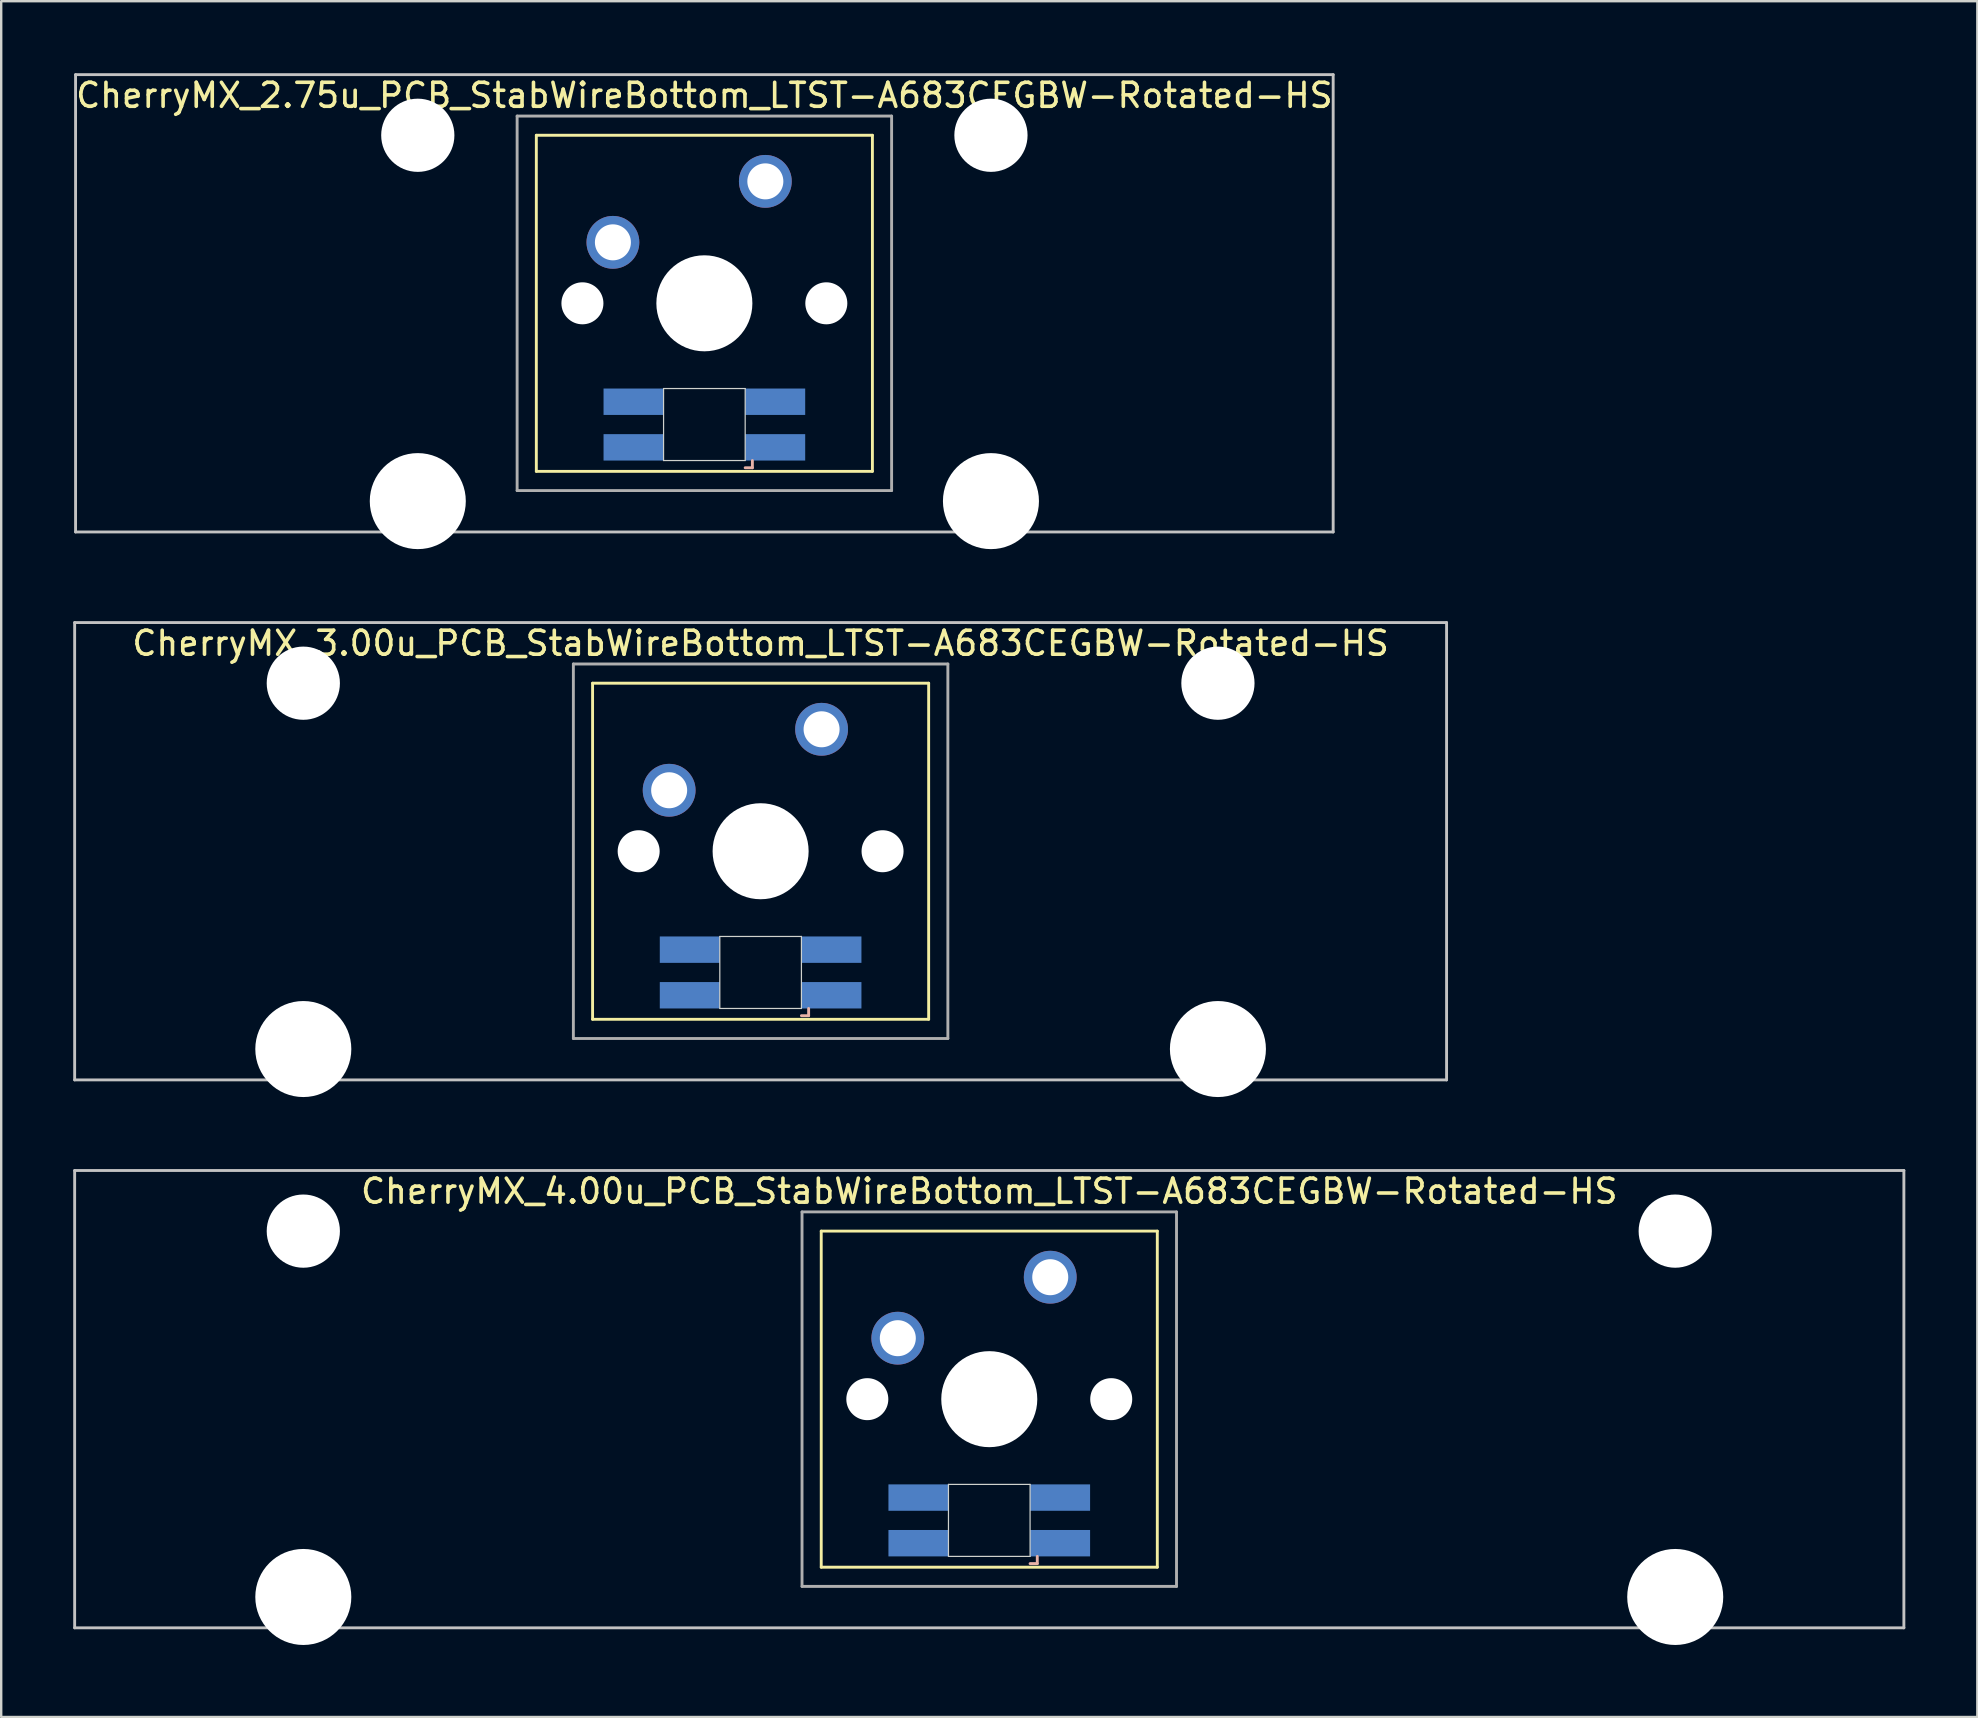
<source format=kicad_pcb>
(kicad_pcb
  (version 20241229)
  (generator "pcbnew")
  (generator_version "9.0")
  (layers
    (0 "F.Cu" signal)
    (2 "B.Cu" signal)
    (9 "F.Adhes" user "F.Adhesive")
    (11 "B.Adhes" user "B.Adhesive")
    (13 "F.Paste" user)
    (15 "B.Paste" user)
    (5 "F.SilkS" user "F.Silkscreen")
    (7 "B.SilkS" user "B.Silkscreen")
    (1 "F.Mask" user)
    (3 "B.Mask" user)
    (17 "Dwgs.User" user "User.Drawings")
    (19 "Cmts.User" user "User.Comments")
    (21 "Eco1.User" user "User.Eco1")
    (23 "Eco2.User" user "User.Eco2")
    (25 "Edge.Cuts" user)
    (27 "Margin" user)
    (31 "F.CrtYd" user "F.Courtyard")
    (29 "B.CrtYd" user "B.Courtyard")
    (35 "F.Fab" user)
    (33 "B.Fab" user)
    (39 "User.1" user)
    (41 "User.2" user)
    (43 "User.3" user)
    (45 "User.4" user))
  (footprint "CherryMX_4.00u_PCB_StabWireBottom_LTST-A683CEGBW-Rotated-HS"
    (layer "F.Cu")
    (at 38.16 55.235)
    (property "Reference" "CherryMX_4.00u_PCB_StabWireBottom_LTST-A683CEGBW-Rotated-HS" (at 0 -8.662 0) (layer "F.SilkS") (effects (font (size 1 1) (thickness 0.15))))
    (attr through_hole)
    (fp_line (start -7 -7) (end -7 7) (stroke (width 0.12) (type solid)) (layer "F.SilkS"))
    (fp_line (start -7 -7) (end 7 -7) (stroke (width 0.12) (type solid)) (layer "F.SilkS"))
    (fp_line (start 7 -7) (end 7 7) (stroke (width 0.12) (type solid)) (layer "F.SilkS"))
    (fp_line (start 7 7) (end -7 7) (stroke (width 0.12) (type solid)) (layer "F.SilkS"))
    (fp_line (start 1.7 6.85) (end 2 6.85) (stroke (width 0.12) (type solid)) (layer "B.SilkS"))
    (fp_line (start 2 6.85) (end 2 6.55) (stroke (width 0.12) (type solid)) (layer "B.SilkS"))
    (fp_line (start -38.1 -9.525) (end 38.1 -9.525) (stroke (width 0.12) (type solid)) (layer "Dwgs.User"))
    (fp_line (start -38.1 9.525) (end -38.1 -9.525) (stroke (width 0.12) (type solid)) (layer "Dwgs.User"))
    (fp_line (start 38.1 -9.525) (end 38.1 9.525) (stroke (width 0.12) (type solid)) (layer "Dwgs.User"))
    (fp_line (start 38.1 9.525) (end -38.1 9.525) (stroke (width 0.12) (type solid)) (layer "Dwgs.User"))
    (fp_line (start -1.7 3.55) (end 1.7 3.55) (stroke (width 0.05) (type solid)) (layer "Edge.Cuts"))
    (fp_line (start -1.7 6.55) (end -1.7 3.55) (stroke (width 0.05) (type solid)) (layer "Edge.Cuts"))
    (fp_line (start 1.7 3.55) (end 1.7 6.55) (stroke (width 0.05) (type solid)) (layer "Edge.Cuts"))
    (fp_line (start 1.7 6.55) (end -1.7 6.55) (stroke (width 0.05) (type solid)) (layer "Edge.Cuts"))
    (fp_line (start -7.8 -7.8) (end -7.8 7.8) (stroke (width 0.12) (type solid)) (layer "F.Fab"))
    (fp_line (start -7.8 -7.8) (end 7.8 -7.8) (stroke (width 0.12) (type solid)) (layer "F.Fab"))
    (fp_line (start -7.8 7.8) (end 7.8 7.8) (stroke (width 0.12) (type solid)) (layer "F.Fab"))
    (fp_line (start 7.8 -7.8) (end 7.8 7.8) (stroke (width 0.12) (type solid)) (layer "F.Fab"))
    (pad "" np_thru_hole circle (at -28.575 -7) (size 3.05 3.05) (drill 3.05) (layers "*.Cu" "*.Mask"))
    (pad "" np_thru_hole circle (at -28.575 8.24) (size 4 4) (drill 4) (layers "*.Cu" "*.Mask"))
    (pad "" np_thru_hole circle (at -5.08 0) (size 1.75 1.75) (drill 1.75) (layers "*.Cu" "*.Mask"))
    (pad "" np_thru_hole circle (at 0 0) (size 4 4) (drill 4) (layers "*.Cu" "*.Mask"))
    (pad "" np_thru_hole circle (at 5.08 0) (size 1.75 1.75) (drill 1.75) (layers "*.Cu" "*.Mask"))
    (pad "" np_thru_hole circle (at 28.575 -7) (size 3.05 3.05) (drill 3.05) (layers "*.Cu" "*.Mask"))
    (pad "" np_thru_hole circle (at 28.575 8.24) (size 4 4) (drill 4) (layers "*.Cu" "*.Mask"))
    (pad "1" thru_hole circle (at -3.81 -2.54) (size 2.2 2.2) (drill 1.5) (layers "*.Cu" "*.Mask"))
    (pad "2" thru_hole circle (at 2.54 -5.08) (size 2.2 2.2) (drill 1.5) (layers "*.Cu" "*.Mask"))
    (pad "3" smd rect (at 2.95 6) (size 2.5 1.1) (layers "B.Cu" "B.Mask" "B.Paste"))
    (pad "4" smd rect (at 2.95 4.1) (size 2.5 1.1) (layers "B.Cu" "B.Mask" "B.Paste"))
    (pad "5" smd rect (at -2.95 6) (size 2.5 1.1) (layers "B.Cu" "B.Mask" "B.Paste"))
    (pad "6" smd rect (at -2.95 4.1) (size 2.5 1.1) (layers "B.Cu" "B.Mask" "B.Paste")))
  (footprint "CherryMX_2.75u_PCB_StabWireBottom_LTST-A683CEGBW-Rotated-HS"
    (layer "F.Cu")
    (at 26.292 9.585)
    (property "Reference" "CherryMX_2.75u_PCB_StabWireBottom_LTST-A683CEGBW-Rotated-HS" (at 0 -8.662 0) (layer "F.SilkS") (effects (font (size 1 1) (thickness 0.15))))
    (attr through_hole)
    (fp_line (start -7 -7) (end -7 7) (stroke (width 0.12) (type solid)) (layer "F.SilkS"))
    (fp_line (start -7 -7) (end 7 -7) (stroke (width 0.12) (type solid)) (layer "F.SilkS"))
    (fp_line (start 7 -7) (end 7 7) (stroke (width 0.12) (type solid)) (layer "F.SilkS"))
    (fp_line (start 7 7) (end -7 7) (stroke (width 0.12) (type solid)) (layer "F.SilkS"))
    (fp_line (start 1.7 6.85) (end 2 6.85) (stroke (width 0.12) (type solid)) (layer "B.SilkS"))
    (fp_line (start 2 6.85) (end 2 6.55) (stroke (width 0.12) (type solid)) (layer "B.SilkS"))
    (fp_line (start -26.194 -9.525) (end 26.194 -9.525) (stroke (width 0.12) (type solid)) (layer "Dwgs.User"))
    (fp_line (start -26.194 9.525) (end -26.194 -9.525) (stroke (width 0.12) (type solid)) (layer "Dwgs.User"))
    (fp_line (start 26.194 -9.525) (end 26.194 9.525) (stroke (width 0.12) (type solid)) (layer "Dwgs.User"))
    (fp_line (start 26.194 9.525) (end -26.194 9.525) (stroke (width 0.12) (type solid)) (layer "Dwgs.User"))
    (fp_line (start -1.7 3.55) (end 1.7 3.55) (stroke (width 0.05) (type solid)) (layer "Edge.Cuts"))
    (fp_line (start -1.7 6.55) (end -1.7 3.55) (stroke (width 0.05) (type solid)) (layer "Edge.Cuts"))
    (fp_line (start 1.7 3.55) (end 1.7 6.55) (stroke (width 0.05) (type solid)) (layer "Edge.Cuts"))
    (fp_line (start 1.7 6.55) (end -1.7 6.55) (stroke (width 0.05) (type solid)) (layer "Edge.Cuts"))
    (fp_line (start -7.8 -7.8) (end -7.8 7.8) (stroke (width 0.12) (type solid)) (layer "F.Fab"))
    (fp_line (start -7.8 -7.8) (end 7.8 -7.8) (stroke (width 0.12) (type solid)) (layer "F.Fab"))
    (fp_line (start -7.8 7.8) (end 7.8 7.8) (stroke (width 0.12) (type solid)) (layer "F.Fab"))
    (fp_line (start 7.8 -7.8) (end 7.8 7.8) (stroke (width 0.12) (type solid)) (layer "F.Fab"))
    (pad "" np_thru_hole circle (at -11.938 -7) (size 3.05 3.05) (drill 3.05) (layers "*.Cu" "*.Mask"))
    (pad "" np_thru_hole circle (at -11.938 8.24) (size 4 4) (drill 4) (layers "*.Cu" "*.Mask"))
    (pad "" np_thru_hole circle (at -5.08 0) (size 1.75 1.75) (drill 1.75) (layers "*.Cu" "*.Mask"))
    (pad "" np_thru_hole circle (at 0 0) (size 4 4) (drill 4) (layers "*.Cu" "*.Mask"))
    (pad "" np_thru_hole circle (at 5.08 0) (size 1.75 1.75) (drill 1.75) (layers "*.Cu" "*.Mask"))
    (pad "" np_thru_hole circle (at 11.938 -7) (size 3.05 3.05) (drill 3.05) (layers "*.Cu" "*.Mask"))
    (pad "" np_thru_hole circle (at 11.938 8.24) (size 4 4) (drill 4) (layers "*.Cu" "*.Mask"))
    (pad "1" thru_hole circle (at -3.81 -2.54) (size 2.2 2.2) (drill 1.5) (layers "*.Cu" "*.Mask"))
    (pad "2" thru_hole circle (at 2.54 -5.08) (size 2.2 2.2) (drill 1.5) (layers "*.Cu" "*.Mask"))
    (pad "3" smd rect (at 2.95 6) (size 2.5 1.1) (layers "B.Cu" "B.Mask" "B.Paste"))
    (pad "4" smd rect (at 2.95 4.1) (size 2.5 1.1) (layers "B.Cu" "B.Mask" "B.Paste"))
    (pad "5" smd rect (at -2.95 6) (size 2.5 1.1) (layers "B.Cu" "B.Mask" "B.Paste"))
    (pad "6" smd rect (at -2.95 4.1) (size 2.5 1.1) (layers "B.Cu" "B.Mask" "B.Paste")))
  (footprint "CherryMX_3.00u_PCB_StabWireBottom_LTST-A683CEGBW-Rotated-HS"
    (layer "F.Cu")
    (at 28.635 32.41)
    (property "Reference" "CherryMX_3.00u_PCB_StabWireBottom_LTST-A683CEGBW-Rotated-HS" (at 0 -8.662 0) (layer "F.SilkS") (effects (font (size 1 1) (thickness 0.15))))
    (attr through_hole)
    (fp_line (start -7 -7) (end -7 7) (stroke (width 0.12) (type solid)) (layer "F.SilkS"))
    (fp_line (start -7 -7) (end 7 -7) (stroke (width 0.12) (type solid)) (layer "F.SilkS"))
    (fp_line (start 7 -7) (end 7 7) (stroke (width 0.12) (type solid)) (layer "F.SilkS"))
    (fp_line (start 7 7) (end -7 7) (stroke (width 0.12) (type solid)) (layer "F.SilkS"))
    (fp_line (start 1.7 6.85) (end 2 6.85) (stroke (width 0.12) (type solid)) (layer "B.SilkS"))
    (fp_line (start 2 6.85) (end 2 6.55) (stroke (width 0.12) (type solid)) (layer "B.SilkS"))
    (fp_line (start -28.575 -9.525) (end 28.575 -9.525) (stroke (width 0.12) (type solid)) (layer "Dwgs.User"))
    (fp_line (start -28.575 9.525) (end -28.575 -9.525) (stroke (width 0.12) (type solid)) (layer "Dwgs.User"))
    (fp_line (start 28.575 -9.525) (end 28.575 9.525) (stroke (width 0.12) (type solid)) (layer "Dwgs.User"))
    (fp_line (start 28.575 9.525) (end -28.575 9.525) (stroke (width 0.12) (type solid)) (layer "Dwgs.User"))
    (fp_line (start -1.7 3.55) (end 1.7 3.55) (stroke (width 0.05) (type solid)) (layer "Edge.Cuts"))
    (fp_line (start -1.7 6.55) (end -1.7 3.55) (stroke (width 0.05) (type solid)) (layer "Edge.Cuts"))
    (fp_line (start 1.7 3.55) (end 1.7 6.55) (stroke (width 0.05) (type solid)) (layer "Edge.Cuts"))
    (fp_line (start 1.7 6.55) (end -1.7 6.55) (stroke (width 0.05) (type solid)) (layer "Edge.Cuts"))
    (fp_line (start -7.8 -7.8) (end -7.8 7.8) (stroke (width 0.12) (type solid)) (layer "F.Fab"))
    (fp_line (start -7.8 -7.8) (end 7.8 -7.8) (stroke (width 0.12) (type solid)) (layer "F.Fab"))
    (fp_line (start -7.8 7.8) (end 7.8 7.8) (stroke (width 0.12) (type solid)) (layer "F.Fab"))
    (fp_line (start 7.8 -7.8) (end 7.8 7.8) (stroke (width 0.12) (type solid)) (layer "F.Fab"))
    (pad "" np_thru_hole circle (at -19.05 -7) (size 3.05 3.05) (drill 3.05) (layers "*.Cu" "*.Mask"))
    (pad "" np_thru_hole circle (at -19.05 8.24) (size 4 4) (drill 4) (layers "*.Cu" "*.Mask"))
    (pad "" np_thru_hole circle (at -5.08 0) (size 1.75 1.75) (drill 1.75) (layers "*.Cu" "*.Mask"))
    (pad "" np_thru_hole circle (at 0 0) (size 4 4) (drill 4) (layers "*.Cu" "*.Mask"))
    (pad "" np_thru_hole circle (at 5.08 0) (size 1.75 1.75) (drill 1.75) (layers "*.Cu" "*.Mask"))
    (pad "" np_thru_hole circle (at 19.05 -7) (size 3.05 3.05) (drill 3.05) (layers "*.Cu" "*.Mask"))
    (pad "" np_thru_hole circle (at 19.05 8.24) (size 4 4) (drill 4) (layers "*.Cu" "*.Mask"))
    (pad "1" thru_hole circle (at -3.81 -2.54) (size 2.2 2.2) (drill 1.5) (layers "*.Cu" "*.Mask"))
    (pad "2" thru_hole circle (at 2.54 -5.08) (size 2.2 2.2) (drill 1.5) (layers "*.Cu" "*.Mask"))
    (pad "3" smd rect (at 2.95 6) (size 2.5 1.1) (layers "B.Cu" "B.Mask" "B.Paste"))
    (pad "4" smd rect (at 2.95 4.1) (size 2.5 1.1) (layers "B.Cu" "B.Mask" "B.Paste"))
    (pad "5" smd rect (at -2.95 6) (size 2.5 1.1) (layers "B.Cu" "B.Mask" "B.Paste"))
    (pad "6" smd rect (at -2.95 4.1) (size 2.5 1.1) (layers "B.Cu" "B.Mask" "B.Paste")))
  (gr_rect
    (start -3 -3)
    (end 79.32 68.475)
    (stroke (width 0.1) (type default))
    (fill no)
    (layer "Edge.Cuts")))
</source>
